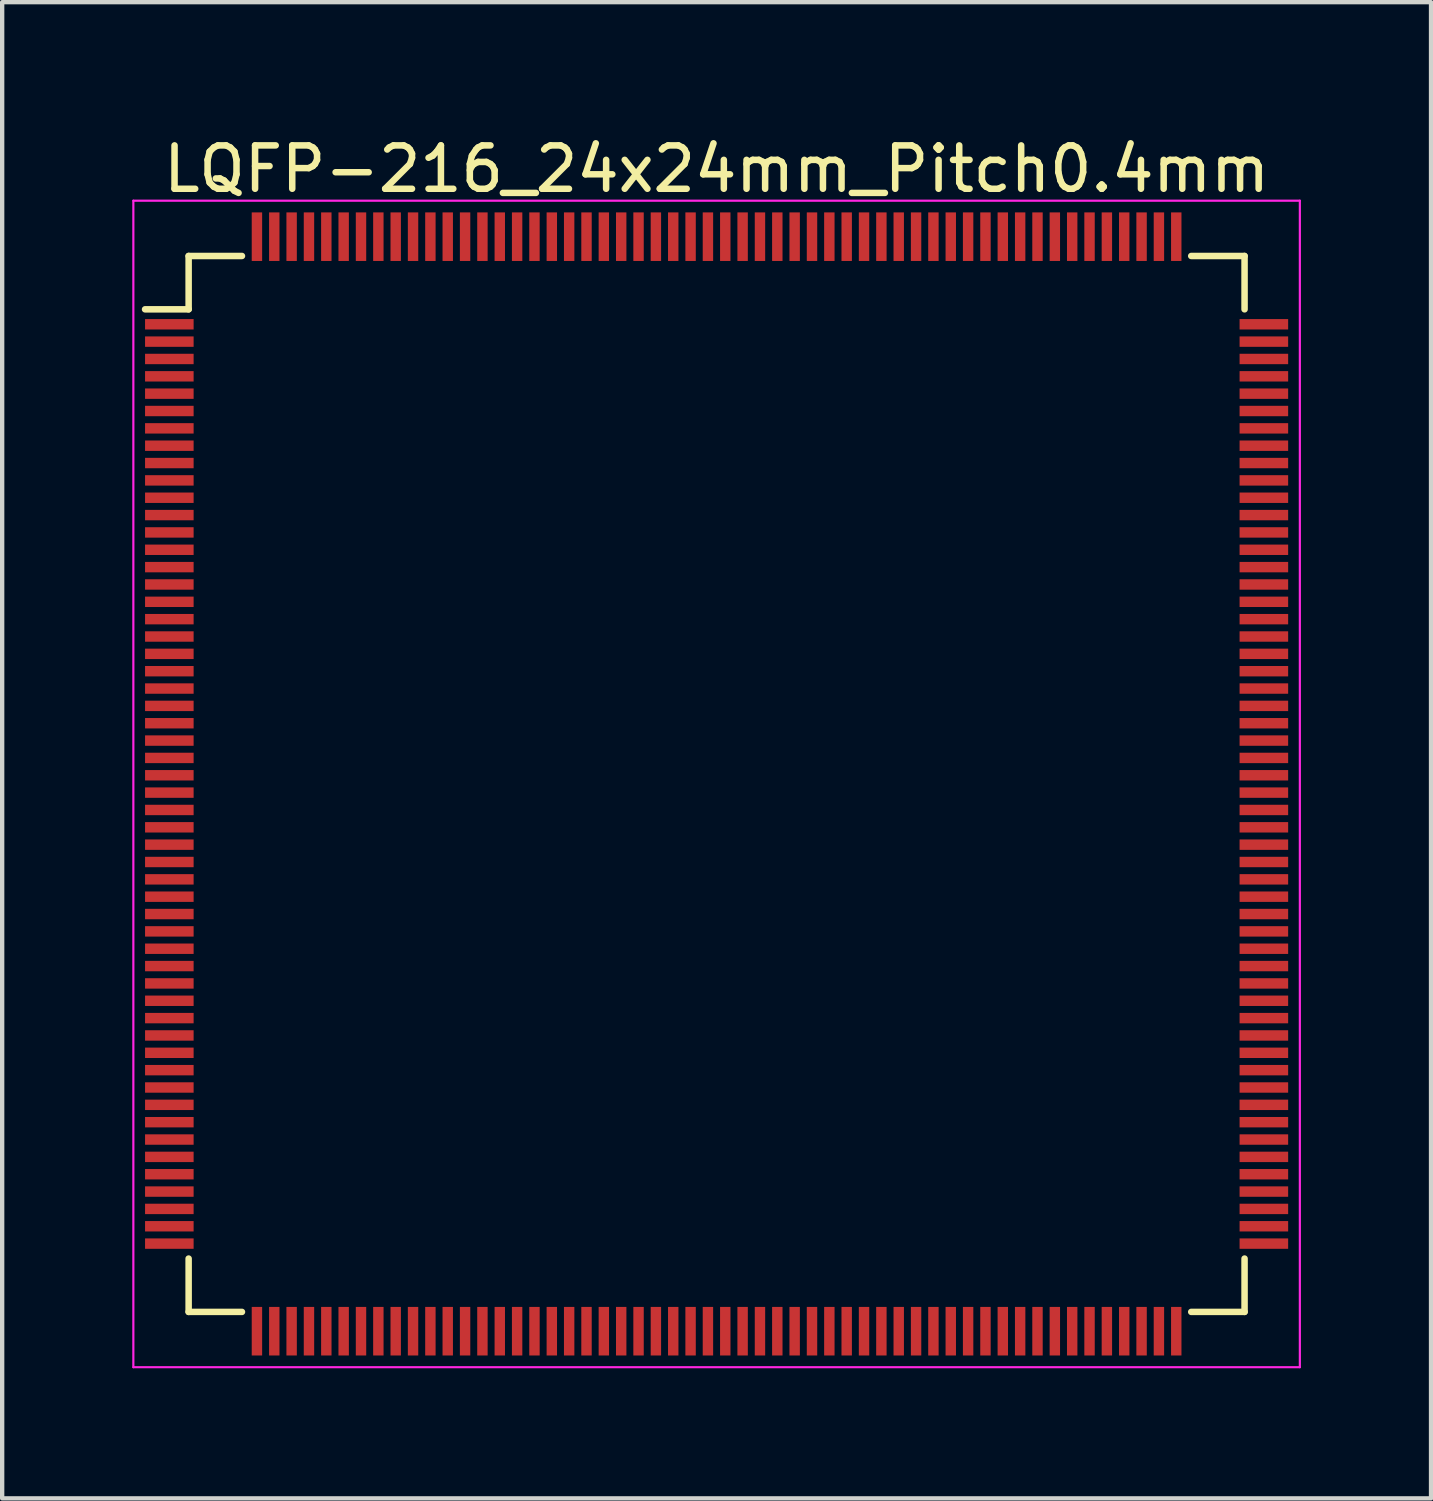
<source format=kicad_pcb>
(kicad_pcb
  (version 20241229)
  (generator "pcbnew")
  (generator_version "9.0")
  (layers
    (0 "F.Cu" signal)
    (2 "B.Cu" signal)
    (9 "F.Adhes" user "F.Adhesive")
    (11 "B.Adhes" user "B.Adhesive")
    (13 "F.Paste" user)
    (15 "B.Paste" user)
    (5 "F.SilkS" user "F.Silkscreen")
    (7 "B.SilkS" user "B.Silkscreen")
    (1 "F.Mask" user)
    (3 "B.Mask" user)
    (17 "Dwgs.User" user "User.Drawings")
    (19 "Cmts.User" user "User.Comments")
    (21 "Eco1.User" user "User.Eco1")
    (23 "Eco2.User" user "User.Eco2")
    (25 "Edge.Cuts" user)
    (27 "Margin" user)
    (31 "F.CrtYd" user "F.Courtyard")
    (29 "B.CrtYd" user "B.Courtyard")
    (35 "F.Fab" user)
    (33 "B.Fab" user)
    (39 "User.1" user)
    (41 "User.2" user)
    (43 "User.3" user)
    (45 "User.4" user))
  (footprint "LQFP-216_24x24mm_Pitch0.4mm"
    (layer "F.Cu")
    (at 13.475 15.028)
    (property "Reference" "LQFP-216_24x24mm_Pitch0.4mm" (at 0 -14.18 0) (layer "F.SilkS") (effects (font (size 1 1) (thickness 0.15))))
    (attr smd)
    (fp_line (start -12.175 -12.175) (end -12.175 -10.945) (stroke (width 0.15) (type solid)) (layer "F.SilkS"))
    (fp_line (start -12.175 -12.175) (end -10.945 -12.175) (stroke (width 0.15) (type solid)) (layer "F.SilkS"))
    (fp_line (start -12.175 -10.945) (end -13.18 -10.945) (stroke (width 0.15) (type solid)) (layer "F.SilkS"))
    (fp_line (start -12.175 12.175) (end -12.175 10.945) (stroke (width 0.15) (type solid)) (layer "F.SilkS"))
    (fp_line (start -12.175 12.175) (end -10.945 12.175) (stroke (width 0.15) (type solid)) (layer "F.SilkS"))
    (fp_line (start 12.175 -12.175) (end 10.945 -12.175) (stroke (width 0.15) (type solid)) (layer "F.SilkS"))
    (fp_line (start 12.175 -12.175) (end 12.175 -10.945) (stroke (width 0.15) (type solid)) (layer "F.SilkS"))
    (fp_line (start 12.175 12.175) (end 10.945 12.175) (stroke (width 0.15) (type solid)) (layer "F.SilkS"))
    (fp_line (start 12.175 12.175) (end 12.175 10.945) (stroke (width 0.15) (type solid)) (layer "F.SilkS"))
    (fp_line (start -13.45 -13.45) (end -13.45 13.45) (stroke (width 0.05) (type solid)) (layer "F.CrtYd"))
    (fp_line (start -13.45 -13.45) (end 13.45 -13.45) (stroke (width 0.05) (type solid)) (layer "F.CrtYd"))
    (fp_line (start -13.45 13.45) (end 13.45 13.45) (stroke (width 0.05) (type solid)) (layer "F.CrtYd"))
    (fp_line (start 13.45 -13.45) (end 13.45 13.45) (stroke (width 0.05) (type solid)) (layer "F.CrtYd"))
    (pad "1" smd rect (at -12.62 -10.6) (size 1.12 0.24) (layers "F.Cu" "F.Mask" "F.Paste"))
    (pad "2" smd rect (at -12.62 -10.2) (size 1.12 0.24) (layers "F.Cu" "F.Mask" "F.Paste"))
    (pad "3" smd rect (at -12.62 -9.8) (size 1.12 0.24) (layers "F.Cu" "F.Mask" "F.Paste"))
    (pad "4" smd rect (at -12.62 -9.4) (size 1.12 0.24) (layers "F.Cu" "F.Mask" "F.Paste"))
    (pad "5" smd rect (at -12.62 -9) (size 1.12 0.24) (layers "F.Cu" "F.Mask" "F.Paste"))
    (pad "6" smd rect (at -12.62 -8.6) (size 1.12 0.24) (layers "F.Cu" "F.Mask" "F.Paste"))
    (pad "7" smd rect (at -12.62 -8.2) (size 1.12 0.24) (layers "F.Cu" "F.Mask" "F.Paste"))
    (pad "8" smd rect (at -12.62 -7.8) (size 1.12 0.24) (layers "F.Cu" "F.Mask" "F.Paste"))
    (pad "9" smd rect (at -12.62 -7.4) (size 1.12 0.24) (layers "F.Cu" "F.Mask" "F.Paste"))
    (pad "10" smd rect (at -12.62 -7) (size 1.12 0.24) (layers "F.Cu" "F.Mask" "F.Paste"))
    (pad "11" smd rect (at -12.62 -6.6) (size 1.12 0.24) (layers "F.Cu" "F.Mask" "F.Paste"))
    (pad "12" smd rect (at -12.62 -6.2) (size 1.12 0.24) (layers "F.Cu" "F.Mask" "F.Paste"))
    (pad "13" smd rect (at -12.62 -5.8) (size 1.12 0.24) (layers "F.Cu" "F.Mask" "F.Paste"))
    (pad "14" smd rect (at -12.62 -5.4) (size 1.12 0.24) (layers "F.Cu" "F.Mask" "F.Paste"))
    (pad "15" smd rect (at -12.62 -5) (size 1.12 0.24) (layers "F.Cu" "F.Mask" "F.Paste"))
    (pad "16" smd rect (at -12.62 -4.6) (size 1.12 0.24) (layers "F.Cu" "F.Mask" "F.Paste"))
    (pad "17" smd rect (at -12.62 -4.2) (size 1.12 0.24) (layers "F.Cu" "F.Mask" "F.Paste"))
    (pad "18" smd rect (at -12.62 -3.8) (size 1.12 0.24) (layers "F.Cu" "F.Mask" "F.Paste"))
    (pad "19" smd rect (at -12.62 -3.4) (size 1.12 0.24) (layers "F.Cu" "F.Mask" "F.Paste"))
    (pad "20" smd rect (at -12.62 -3) (size 1.12 0.24) (layers "F.Cu" "F.Mask" "F.Paste"))
    (pad "21" smd rect (at -12.62 -2.6) (size 1.12 0.24) (layers "F.Cu" "F.Mask" "F.Paste"))
    (pad "22" smd rect (at -12.62 -2.2) (size 1.12 0.24) (layers "F.Cu" "F.Mask" "F.Paste"))
    (pad "23" smd rect (at -12.62 -1.8) (size 1.12 0.24) (layers "F.Cu" "F.Mask" "F.Paste"))
    (pad "24" smd rect (at -12.62 -1.4) (size 1.12 0.24) (layers "F.Cu" "F.Mask" "F.Paste"))
    (pad "25" smd rect (at -12.62 -1) (size 1.12 0.24) (layers "F.Cu" "F.Mask" "F.Paste"))
    (pad "26" smd rect (at -12.62 -0.6) (size 1.12 0.24) (layers "F.Cu" "F.Mask" "F.Paste"))
    (pad "27" smd rect (at -12.62 -0.2) (size 1.12 0.24) (layers "F.Cu" "F.Mask" "F.Paste"))
    (pad "28" smd rect (at -12.62 0.2) (size 1.12 0.24) (layers "F.Cu" "F.Mask" "F.Paste"))
    (pad "29" smd rect (at -12.62 0.6) (size 1.12 0.24) (layers "F.Cu" "F.Mask" "F.Paste"))
    (pad "30" smd rect (at -12.62 1) (size 1.12 0.24) (layers "F.Cu" "F.Mask" "F.Paste"))
    (pad "31" smd rect (at -12.62 1.4) (size 1.12 0.24) (layers "F.Cu" "F.Mask" "F.Paste"))
    (pad "32" smd rect (at -12.62 1.8) (size 1.12 0.24) (layers "F.Cu" "F.Mask" "F.Paste"))
    (pad "33" smd rect (at -12.62 2.2) (size 1.12 0.24) (layers "F.Cu" "F.Mask" "F.Paste"))
    (pad "34" smd rect (at -12.62 2.6) (size 1.12 0.24) (layers "F.Cu" "F.Mask" "F.Paste"))
    (pad "35" smd rect (at -12.62 3) (size 1.12 0.24) (layers "F.Cu" "F.Mask" "F.Paste"))
    (pad "36" smd rect (at -12.62 3.4) (size 1.12 0.24) (layers "F.Cu" "F.Mask" "F.Paste"))
    (pad "37" smd rect (at -12.62 3.8) (size 1.12 0.24) (layers "F.Cu" "F.Mask" "F.Paste"))
    (pad "38" smd rect (at -12.62 4.2) (size 1.12 0.24) (layers "F.Cu" "F.Mask" "F.Paste"))
    (pad "39" smd rect (at -12.62 4.6) (size 1.12 0.24) (layers "F.Cu" "F.Mask" "F.Paste"))
    (pad "40" smd rect (at -12.62 5) (size 1.12 0.24) (layers "F.Cu" "F.Mask" "F.Paste"))
    (pad "41" smd rect (at -12.62 5.4) (size 1.12 0.24) (layers "F.Cu" "F.Mask" "F.Paste"))
    (pad "42" smd rect (at -12.62 5.8) (size 1.12 0.24) (layers "F.Cu" "F.Mask" "F.Paste"))
    (pad "43" smd rect (at -12.62 6.2) (size 1.12 0.24) (layers "F.Cu" "F.Mask" "F.Paste"))
    (pad "44" smd rect (at -12.62 6.6) (size 1.12 0.24) (layers "F.Cu" "F.Mask" "F.Paste"))
    (pad "45" smd rect (at -12.62 7) (size 1.12 0.24) (layers "F.Cu" "F.Mask" "F.Paste"))
    (pad "46" smd rect (at -12.62 7.4) (size 1.12 0.24) (layers "F.Cu" "F.Mask" "F.Paste"))
    (pad "47" smd rect (at -12.62 7.8) (size 1.12 0.24) (layers "F.Cu" "F.Mask" "F.Paste"))
    (pad "48" smd rect (at -12.62 8.2) (size 1.12 0.24) (layers "F.Cu" "F.Mask" "F.Paste"))
    (pad "49" smd rect (at -12.62 8.6) (size 1.12 0.24) (layers "F.Cu" "F.Mask" "F.Paste"))
    (pad "50" smd rect (at -12.62 9) (size 1.12 0.24) (layers "F.Cu" "F.Mask" "F.Paste"))
    (pad "51" smd rect (at -12.62 9.4) (size 1.12 0.24) (layers "F.Cu" "F.Mask" "F.Paste"))
    (pad "52" smd rect (at -12.62 9.8) (size 1.12 0.24) (layers "F.Cu" "F.Mask" "F.Paste"))
    (pad "53" smd rect (at -12.62 10.2) (size 1.12 0.24) (layers "F.Cu" "F.Mask" "F.Paste"))
    (pad "54" smd rect (at -12.62 10.6) (size 1.12 0.24) (layers "F.Cu" "F.Mask" "F.Paste"))
    (pad "55" smd rect (at -10.6 12.62 90) (size 1.12 0.24) (layers "F.Cu" "F.Mask" "F.Paste"))
    (pad "56" smd rect (at -10.2 12.62 90) (size 1.12 0.24) (layers "F.Cu" "F.Mask" "F.Paste"))
    (pad "57" smd rect (at -9.8 12.62 90) (size 1.12 0.24) (layers "F.Cu" "F.Mask" "F.Paste"))
    (pad "58" smd rect (at -9.4 12.62 90) (size 1.12 0.24) (layers "F.Cu" "F.Mask" "F.Paste"))
    (pad "59" smd rect (at -9 12.62 90) (size 1.12 0.24) (layers "F.Cu" "F.Mask" "F.Paste"))
    (pad "60" smd rect (at -8.6 12.62 90) (size 1.12 0.24) (layers "F.Cu" "F.Mask" "F.Paste"))
    (pad "61" smd rect (at -8.2 12.62 90) (size 1.12 0.24) (layers "F.Cu" "F.Mask" "F.Paste"))
    (pad "62" smd rect (at -7.8 12.62 90) (size 1.12 0.24) (layers "F.Cu" "F.Mask" "F.Paste"))
    (pad "63" smd rect (at -7.4 12.62 90) (size 1.12 0.24) (layers "F.Cu" "F.Mask" "F.Paste"))
    (pad "64" smd rect (at -7 12.62 90) (size 1.12 0.24) (layers "F.Cu" "F.Mask" "F.Paste"))
    (pad "65" smd rect (at -6.6 12.62 90) (size 1.12 0.24) (layers "F.Cu" "F.Mask" "F.Paste"))
    (pad "66" smd rect (at -6.2 12.62 90) (size 1.12 0.24) (layers "F.Cu" "F.Mask" "F.Paste"))
    (pad "67" smd rect (at -5.8 12.62 90) (size 1.12 0.24) (layers "F.Cu" "F.Mask" "F.Paste"))
    (pad "68" smd rect (at -5.4 12.62 90) (size 1.12 0.24) (layers "F.Cu" "F.Mask" "F.Paste"))
    (pad "69" smd rect (at -5 12.62 90) (size 1.12 0.24) (layers "F.Cu" "F.Mask" "F.Paste"))
    (pad "70" smd rect (at -4.6 12.62 90) (size 1.12 0.24) (layers "F.Cu" "F.Mask" "F.Paste"))
    (pad "71" smd rect (at -4.2 12.62 90) (size 1.12 0.24) (layers "F.Cu" "F.Mask" "F.Paste"))
    (pad "72" smd rect (at -3.8 12.62 90) (size 1.12 0.24) (layers "F.Cu" "F.Mask" "F.Paste"))
    (pad "73" smd rect (at -3.4 12.62 90) (size 1.12 0.24) (layers "F.Cu" "F.Mask" "F.Paste"))
    (pad "74" smd rect (at -3 12.62 90) (size 1.12 0.24) (layers "F.Cu" "F.Mask" "F.Paste"))
    (pad "75" smd rect (at -2.6 12.62 90) (size 1.12 0.24) (layers "F.Cu" "F.Mask" "F.Paste"))
    (pad "76" smd rect (at -2.2 12.62 90) (size 1.12 0.24) (layers "F.Cu" "F.Mask" "F.Paste"))
    (pad "77" smd rect (at -1.8 12.62 90) (size 1.12 0.24) (layers "F.Cu" "F.Mask" "F.Paste"))
    (pad "78" smd rect (at -1.4 12.62 90) (size 1.12 0.24) (layers "F.Cu" "F.Mask" "F.Paste"))
    (pad "79" smd rect (at -1 12.62 90) (size 1.12 0.24) (layers "F.Cu" "F.Mask" "F.Paste"))
    (pad "80" smd rect (at -0.6 12.62 90) (size 1.12 0.24) (layers "F.Cu" "F.Mask" "F.Paste"))
    (pad "81" smd rect (at -0.2 12.62 90) (size 1.12 0.24) (layers "F.Cu" "F.Mask" "F.Paste"))
    (pad "82" smd rect (at 0.2 12.62 90) (size 1.12 0.24) (layers "F.Cu" "F.Mask" "F.Paste"))
    (pad "83" smd rect (at 0.6 12.62 90) (size 1.12 0.24) (layers "F.Cu" "F.Mask" "F.Paste"))
    (pad "84" smd rect (at 1 12.62 90) (size 1.12 0.24) (layers "F.Cu" "F.Mask" "F.Paste"))
    (pad "85" smd rect (at 1.4 12.62 90) (size 1.12 0.24) (layers "F.Cu" "F.Mask" "F.Paste"))
    (pad "86" smd rect (at 1.8 12.62 90) (size 1.12 0.24) (layers "F.Cu" "F.Mask" "F.Paste"))
    (pad "87" smd rect (at 2.2 12.62 90) (size 1.12 0.24) (layers "F.Cu" "F.Mask" "F.Paste"))
    (pad "88" smd rect (at 2.6 12.62 90) (size 1.12 0.24) (layers "F.Cu" "F.Mask" "F.Paste"))
    (pad "89" smd rect (at 3 12.62 90) (size 1.12 0.24) (layers "F.Cu" "F.Mask" "F.Paste"))
    (pad "90" smd rect (at 3.4 12.62 90) (size 1.12 0.24) (layers "F.Cu" "F.Mask" "F.Paste"))
    (pad "91" smd rect (at 3.8 12.62 90) (size 1.12 0.24) (layers "F.Cu" "F.Mask" "F.Paste"))
    (pad "92" smd rect (at 4.2 12.62 90) (size 1.12 0.24) (layers "F.Cu" "F.Mask" "F.Paste"))
    (pad "93" smd rect (at 4.6 12.62 90) (size 1.12 0.24) (layers "F.Cu" "F.Mask" "F.Paste"))
    (pad "94" smd rect (at 5 12.62 90) (size 1.12 0.24) (layers "F.Cu" "F.Mask" "F.Paste"))
    (pad "95" smd rect (at 5.4 12.62 90) (size 1.12 0.24) (layers "F.Cu" "F.Mask" "F.Paste"))
    (pad "96" smd rect (at 5.8 12.62 90) (size 1.12 0.24) (layers "F.Cu" "F.Mask" "F.Paste"))
    (pad "97" smd rect (at 6.2 12.62 90) (size 1.12 0.24) (layers "F.Cu" "F.Mask" "F.Paste"))
    (pad "98" smd rect (at 6.6 12.62 90) (size 1.12 0.24) (layers "F.Cu" "F.Mask" "F.Paste"))
    (pad "99" smd rect (at 7 12.62 90) (size 1.12 0.24) (layers "F.Cu" "F.Mask" "F.Paste"))
    (pad "100" smd rect (at 7.4 12.62 90) (size 1.12 0.24) (layers "F.Cu" "F.Mask" "F.Paste"))
    (pad "101" smd rect (at 7.8 12.62 90) (size 1.12 0.24) (layers "F.Cu" "F.Mask" "F.Paste"))
    (pad "102" smd rect (at 8.2 12.62 90) (size 1.12 0.24) (layers "F.Cu" "F.Mask" "F.Paste"))
    (pad "103" smd rect (at 8.6 12.62 90) (size 1.12 0.24) (layers "F.Cu" "F.Mask" "F.Paste"))
    (pad "104" smd rect (at 9 12.62 90) (size 1.12 0.24) (layers "F.Cu" "F.Mask" "F.Paste"))
    (pad "105" smd rect (at 9.4 12.62 90) (size 1.12 0.24) (layers "F.Cu" "F.Mask" "F.Paste"))
    (pad "106" smd rect (at 9.8 12.62 90) (size 1.12 0.24) (layers "F.Cu" "F.Mask" "F.Paste"))
    (pad "107" smd rect (at 10.2 12.62 90) (size 1.12 0.24) (layers "F.Cu" "F.Mask" "F.Paste"))
    (pad "108" smd rect (at 10.6 12.62 90) (size 1.12 0.24) (layers "F.Cu" "F.Mask" "F.Paste"))
    (pad "109" smd rect (at 12.62 10.6) (size 1.12 0.24) (layers "F.Cu" "F.Mask" "F.Paste"))
    (pad "110" smd rect (at 12.62 10.2) (size 1.12 0.24) (layers "F.Cu" "F.Mask" "F.Paste"))
    (pad "111" smd rect (at 12.62 9.8) (size 1.12 0.24) (layers "F.Cu" "F.Mask" "F.Paste"))
    (pad "112" smd rect (at 12.62 9.4) (size 1.12 0.24) (layers "F.Cu" "F.Mask" "F.Paste"))
    (pad "113" smd rect (at 12.62 9) (size 1.12 0.24) (layers "F.Cu" "F.Mask" "F.Paste"))
    (pad "114" smd rect (at 12.62 8.6) (size 1.12 0.24) (layers "F.Cu" "F.Mask" "F.Paste"))
    (pad "115" smd rect (at 12.62 8.2) (size 1.12 0.24) (layers "F.Cu" "F.Mask" "F.Paste"))
    (pad "116" smd rect (at 12.62 7.8) (size 1.12 0.24) (layers "F.Cu" "F.Mask" "F.Paste"))
    (pad "117" smd rect (at 12.62 7.4) (size 1.12 0.24) (layers "F.Cu" "F.Mask" "F.Paste"))
    (pad "118" smd rect (at 12.62 7) (size 1.12 0.24) (layers "F.Cu" "F.Mask" "F.Paste"))
    (pad "119" smd rect (at 12.62 6.6) (size 1.12 0.24) (layers "F.Cu" "F.Mask" "F.Paste"))
    (pad "120" smd rect (at 12.62 6.2) (size 1.12 0.24) (layers "F.Cu" "F.Mask" "F.Paste"))
    (pad "121" smd rect (at 12.62 5.8) (size 1.12 0.24) (layers "F.Cu" "F.Mask" "F.Paste"))
    (pad "122" smd rect (at 12.62 5.4) (size 1.12 0.24) (layers "F.Cu" "F.Mask" "F.Paste"))
    (pad "123" smd rect (at 12.62 5) (size 1.12 0.24) (layers "F.Cu" "F.Mask" "F.Paste"))
    (pad "124" smd rect (at 12.62 4.6) (size 1.12 0.24) (layers "F.Cu" "F.Mask" "F.Paste"))
    (pad "125" smd rect (at 12.62 4.2) (size 1.12 0.24) (layers "F.Cu" "F.Mask" "F.Paste"))
    (pad "126" smd rect (at 12.62 3.8) (size 1.12 0.24) (layers "F.Cu" "F.Mask" "F.Paste"))
    (pad "127" smd rect (at 12.62 3.4) (size 1.12 0.24) (layers "F.Cu" "F.Mask" "F.Paste"))
    (pad "128" smd rect (at 12.62 3) (size 1.12 0.24) (layers "F.Cu" "F.Mask" "F.Paste"))
    (pad "129" smd rect (at 12.62 2.6) (size 1.12 0.24) (layers "F.Cu" "F.Mask" "F.Paste"))
    (pad "130" smd rect (at 12.62 2.2) (size 1.12 0.24) (layers "F.Cu" "F.Mask" "F.Paste"))
    (pad "131" smd rect (at 12.62 1.8) (size 1.12 0.24) (layers "F.Cu" "F.Mask" "F.Paste"))
    (pad "132" smd rect (at 12.62 1.4) (size 1.12 0.24) (layers "F.Cu" "F.Mask" "F.Paste"))
    (pad "133" smd rect (at 12.62 1) (size 1.12 0.24) (layers "F.Cu" "F.Mask" "F.Paste"))
    (pad "134" smd rect (at 12.62 0.6) (size 1.12 0.24) (layers "F.Cu" "F.Mask" "F.Paste"))
    (pad "135" smd rect (at 12.62 0.2) (size 1.12 0.24) (layers "F.Cu" "F.Mask" "F.Paste"))
    (pad "136" smd rect (at 12.62 -0.2) (size 1.12 0.24) (layers "F.Cu" "F.Mask" "F.Paste"))
    (pad "137" smd rect (at 12.62 -0.6) (size 1.12 0.24) (layers "F.Cu" "F.Mask" "F.Paste"))
    (pad "138" smd rect (at 12.62 -1) (size 1.12 0.24) (layers "F.Cu" "F.Mask" "F.Paste"))
    (pad "139" smd rect (at 12.62 -1.4) (size 1.12 0.24) (layers "F.Cu" "F.Mask" "F.Paste"))
    (pad "140" smd rect (at 12.62 -1.8) (size 1.12 0.24) (layers "F.Cu" "F.Mask" "F.Paste"))
    (pad "141" smd rect (at 12.62 -2.2) (size 1.12 0.24) (layers "F.Cu" "F.Mask" "F.Paste"))
    (pad "142" smd rect (at 12.62 -2.6) (size 1.12 0.24) (layers "F.Cu" "F.Mask" "F.Paste"))
    (pad "143" smd rect (at 12.62 -3) (size 1.12 0.24) (layers "F.Cu" "F.Mask" "F.Paste"))
    (pad "144" smd rect (at 12.62 -3.4) (size 1.12 0.24) (layers "F.Cu" "F.Mask" "F.Paste"))
    (pad "145" smd rect (at 12.62 -3.8) (size 1.12 0.24) (layers "F.Cu" "F.Mask" "F.Paste"))
    (pad "146" smd rect (at 12.62 -4.2) (size 1.12 0.24) (layers "F.Cu" "F.Mask" "F.Paste"))
    (pad "147" smd rect (at 12.62 -4.6) (size 1.12 0.24) (layers "F.Cu" "F.Mask" "F.Paste"))
    (pad "148" smd rect (at 12.62 -5) (size 1.12 0.24) (layers "F.Cu" "F.Mask" "F.Paste"))
    (pad "149" smd rect (at 12.62 -5.4) (size 1.12 0.24) (layers "F.Cu" "F.Mask" "F.Paste"))
    (pad "150" smd rect (at 12.62 -5.8) (size 1.12 0.24) (layers "F.Cu" "F.Mask" "F.Paste"))
    (pad "151" smd rect (at 12.62 -6.2) (size 1.12 0.24) (layers "F.Cu" "F.Mask" "F.Paste"))
    (pad "152" smd rect (at 12.62 -6.6) (size 1.12 0.24) (layers "F.Cu" "F.Mask" "F.Paste"))
    (pad "153" smd rect (at 12.62 -7) (size 1.12 0.24) (layers "F.Cu" "F.Mask" "F.Paste"))
    (pad "154" smd rect (at 12.62 -7.4) (size 1.12 0.24) (layers "F.Cu" "F.Mask" "F.Paste"))
    (pad "155" smd rect (at 12.62 -7.8) (size 1.12 0.24) (layers "F.Cu" "F.Mask" "F.Paste"))
    (pad "156" smd rect (at 12.62 -8.2) (size 1.12 0.24) (layers "F.Cu" "F.Mask" "F.Paste"))
    (pad "157" smd rect (at 12.62 -8.6) (size 1.12 0.24) (layers "F.Cu" "F.Mask" "F.Paste"))
    (pad "158" smd rect (at 12.62 -9) (size 1.12 0.24) (layers "F.Cu" "F.Mask" "F.Paste"))
    (pad "159" smd rect (at 12.62 -9.4) (size 1.12 0.24) (layers "F.Cu" "F.Mask" "F.Paste"))
    (pad "160" smd rect (at 12.62 -9.8) (size 1.12 0.24) (layers "F.Cu" "F.Mask" "F.Paste"))
    (pad "161" smd rect (at 12.62 -10.2) (size 1.12 0.24) (layers "F.Cu" "F.Mask" "F.Paste"))
    (pad "162" smd rect (at 12.62 -10.6) (size 1.12 0.24) (layers "F.Cu" "F.Mask" "F.Paste"))
    (pad "163" smd rect (at 10.6 -12.62 90) (size 1.12 0.24) (layers "F.Cu" "F.Mask" "F.Paste"))
    (pad "164" smd rect (at 10.2 -12.62 90) (size 1.12 0.24) (layers "F.Cu" "F.Mask" "F.Paste"))
    (pad "165" smd rect (at 9.8 -12.62 90) (size 1.12 0.24) (layers "F.Cu" "F.Mask" "F.Paste"))
    (pad "166" smd rect (at 9.4 -12.62 90) (size 1.12 0.24) (layers "F.Cu" "F.Mask" "F.Paste"))
    (pad "167" smd rect (at 9 -12.62 90) (size 1.12 0.24) (layers "F.Cu" "F.Mask" "F.Paste"))
    (pad "168" smd rect (at 8.6 -12.62 90) (size 1.12 0.24) (layers "F.Cu" "F.Mask" "F.Paste"))
    (pad "169" smd rect (at 8.2 -12.62 90) (size 1.12 0.24) (layers "F.Cu" "F.Mask" "F.Paste"))
    (pad "170" smd rect (at 7.8 -12.62 90) (size 1.12 0.24) (layers "F.Cu" "F.Mask" "F.Paste"))
    (pad "171" smd rect (at 7.4 -12.62 90) (size 1.12 0.24) (layers "F.Cu" "F.Mask" "F.Paste"))
    (pad "172" smd rect (at 7 -12.62 90) (size 1.12 0.24) (layers "F.Cu" "F.Mask" "F.Paste"))
    (pad "173" smd rect (at 6.6 -12.62 90) (size 1.12 0.24) (layers "F.Cu" "F.Mask" "F.Paste"))
    (pad "174" smd rect (at 6.2 -12.62 90) (size 1.12 0.24) (layers "F.Cu" "F.Mask" "F.Paste"))
    (pad "175" smd rect (at 5.8 -12.62 90) (size 1.12 0.24) (layers "F.Cu" "F.Mask" "F.Paste"))
    (pad "176" smd rect (at 5.4 -12.62 90) (size 1.12 0.24) (layers "F.Cu" "F.Mask" "F.Paste"))
    (pad "177" smd rect (at 5 -12.62 90) (size 1.12 0.24) (layers "F.Cu" "F.Mask" "F.Paste"))
    (pad "178" smd rect (at 4.6 -12.62 90) (size 1.12 0.24) (layers "F.Cu" "F.Mask" "F.Paste"))
    (pad "179" smd rect (at 4.2 -12.62 90) (size 1.12 0.24) (layers "F.Cu" "F.Mask" "F.Paste"))
    (pad "180" smd rect (at 3.8 -12.62 90) (size 1.12 0.24) (layers "F.Cu" "F.Mask" "F.Paste"))
    (pad "181" smd rect (at 3.4 -12.62 90) (size 1.12 0.24) (layers "F.Cu" "F.Mask" "F.Paste"))
    (pad "182" smd rect (at 3 -12.62 90) (size 1.12 0.24) (layers "F.Cu" "F.Mask" "F.Paste"))
    (pad "183" smd rect (at 2.6 -12.62 90) (size 1.12 0.24) (layers "F.Cu" "F.Mask" "F.Paste"))
    (pad "184" smd rect (at 2.2 -12.62 90) (size 1.12 0.24) (layers "F.Cu" "F.Mask" "F.Paste"))
    (pad "185" smd rect (at 1.8 -12.62 90) (size 1.12 0.24) (layers "F.Cu" "F.Mask" "F.Paste"))
    (pad "186" smd rect (at 1.4 -12.62 90) (size 1.12 0.24) (layers "F.Cu" "F.Mask" "F.Paste"))
    (pad "187" smd rect (at 1 -12.62 90) (size 1.12 0.24) (layers "F.Cu" "F.Mask" "F.Paste"))
    (pad "188" smd rect (at 0.6 -12.62 90) (size 1.12 0.24) (layers "F.Cu" "F.Mask" "F.Paste"))
    (pad "189" smd rect (at 0.2 -12.62 90) (size 1.12 0.24) (layers "F.Cu" "F.Mask" "F.Paste"))
    (pad "190" smd rect (at -0.2 -12.62 90) (size 1.12 0.24) (layers "F.Cu" "F.Mask" "F.Paste"))
    (pad "191" smd rect (at -0.6 -12.62 90) (size 1.12 0.24) (layers "F.Cu" "F.Mask" "F.Paste"))
    (pad "192" smd rect (at -1 -12.62 90) (size 1.12 0.24) (layers "F.Cu" "F.Mask" "F.Paste"))
    (pad "193" smd rect (at -1.4 -12.62 90) (size 1.12 0.24) (layers "F.Cu" "F.Mask" "F.Paste"))
    (pad "194" smd rect (at -1.8 -12.62 90) (size 1.12 0.24) (layers "F.Cu" "F.Mask" "F.Paste"))
    (pad "195" smd rect (at -2.2 -12.62 90) (size 1.12 0.24) (layers "F.Cu" "F.Mask" "F.Paste"))
    (pad "196" smd rect (at -2.6 -12.62 90) (size 1.12 0.24) (layers "F.Cu" "F.Mask" "F.Paste"))
    (pad "197" smd rect (at -3 -12.62 90) (size 1.12 0.24) (layers "F.Cu" "F.Mask" "F.Paste"))
    (pad "198" smd rect (at -3.4 -12.62 90) (size 1.12 0.24) (layers "F.Cu" "F.Mask" "F.Paste"))
    (pad "199" smd rect (at -3.8 -12.62 90) (size 1.12 0.24) (layers "F.Cu" "F.Mask" "F.Paste"))
    (pad "200" smd rect (at -4.2 -12.62 90) (size 1.12 0.24) (layers "F.Cu" "F.Mask" "F.Paste"))
    (pad "201" smd rect (at -4.6 -12.62 90) (size 1.12 0.24) (layers "F.Cu" "F.Mask" "F.Paste"))
    (pad "202" smd rect (at -5 -12.62 90) (size 1.12 0.24) (layers "F.Cu" "F.Mask" "F.Paste"))
    (pad "203" smd rect (at -5.4 -12.62 90) (size 1.12 0.24) (layers "F.Cu" "F.Mask" "F.Paste"))
    (pad "204" smd rect (at -5.8 -12.62 90) (size 1.12 0.24) (layers "F.Cu" "F.Mask" "F.Paste"))
    (pad "205" smd rect (at -6.2 -12.62 90) (size 1.12 0.24) (layers "F.Cu" "F.Mask" "F.Paste"))
    (pad "206" smd rect (at -6.6 -12.62 90) (size 1.12 0.24) (layers "F.Cu" "F.Mask" "F.Paste"))
    (pad "207" smd rect (at -7 -12.62 90) (size 1.12 0.24) (layers "F.Cu" "F.Mask" "F.Paste"))
    (pad "208" smd rect (at -7.4 -12.62 90) (size 1.12 0.24) (layers "F.Cu" "F.Mask" "F.Paste"))
    (pad "209" smd rect (at -7.8 -12.62 90) (size 1.12 0.24) (layers "F.Cu" "F.Mask" "F.Paste"))
    (pad "210" smd rect (at -8.2 -12.62 90) (size 1.12 0.24) (layers "F.Cu" "F.Mask" "F.Paste"))
    (pad "211" smd rect (at -8.6 -12.62 90) (size 1.12 0.24) (layers "F.Cu" "F.Mask" "F.Paste"))
    (pad "212" smd rect (at -9 -12.62 90) (size 1.12 0.24) (layers "F.Cu" "F.Mask" "F.Paste"))
    (pad "213" smd rect (at -9.4 -12.62 90) (size 1.12 0.24) (layers "F.Cu" "F.Mask" "F.Paste"))
    (pad "214" smd rect (at -9.8 -12.62 90) (size 1.12 0.24) (layers "F.Cu" "F.Mask" "F.Paste"))
    (pad "215" smd rect (at -10.2 -12.62 90) (size 1.12 0.24) (layers "F.Cu" "F.Mask" "F.Paste"))
    (pad "216" smd rect (at -10.6 -12.62 90) (size 1.12 0.24) (layers "F.Cu" "F.Mask" "F.Paste")))
  (gr_rect
    (start -3 -3)
    (end 29.95 31.503)
    (stroke (width 0.1) (type default))
    (fill no)
    (layer "Edge.Cuts")))
</source>
